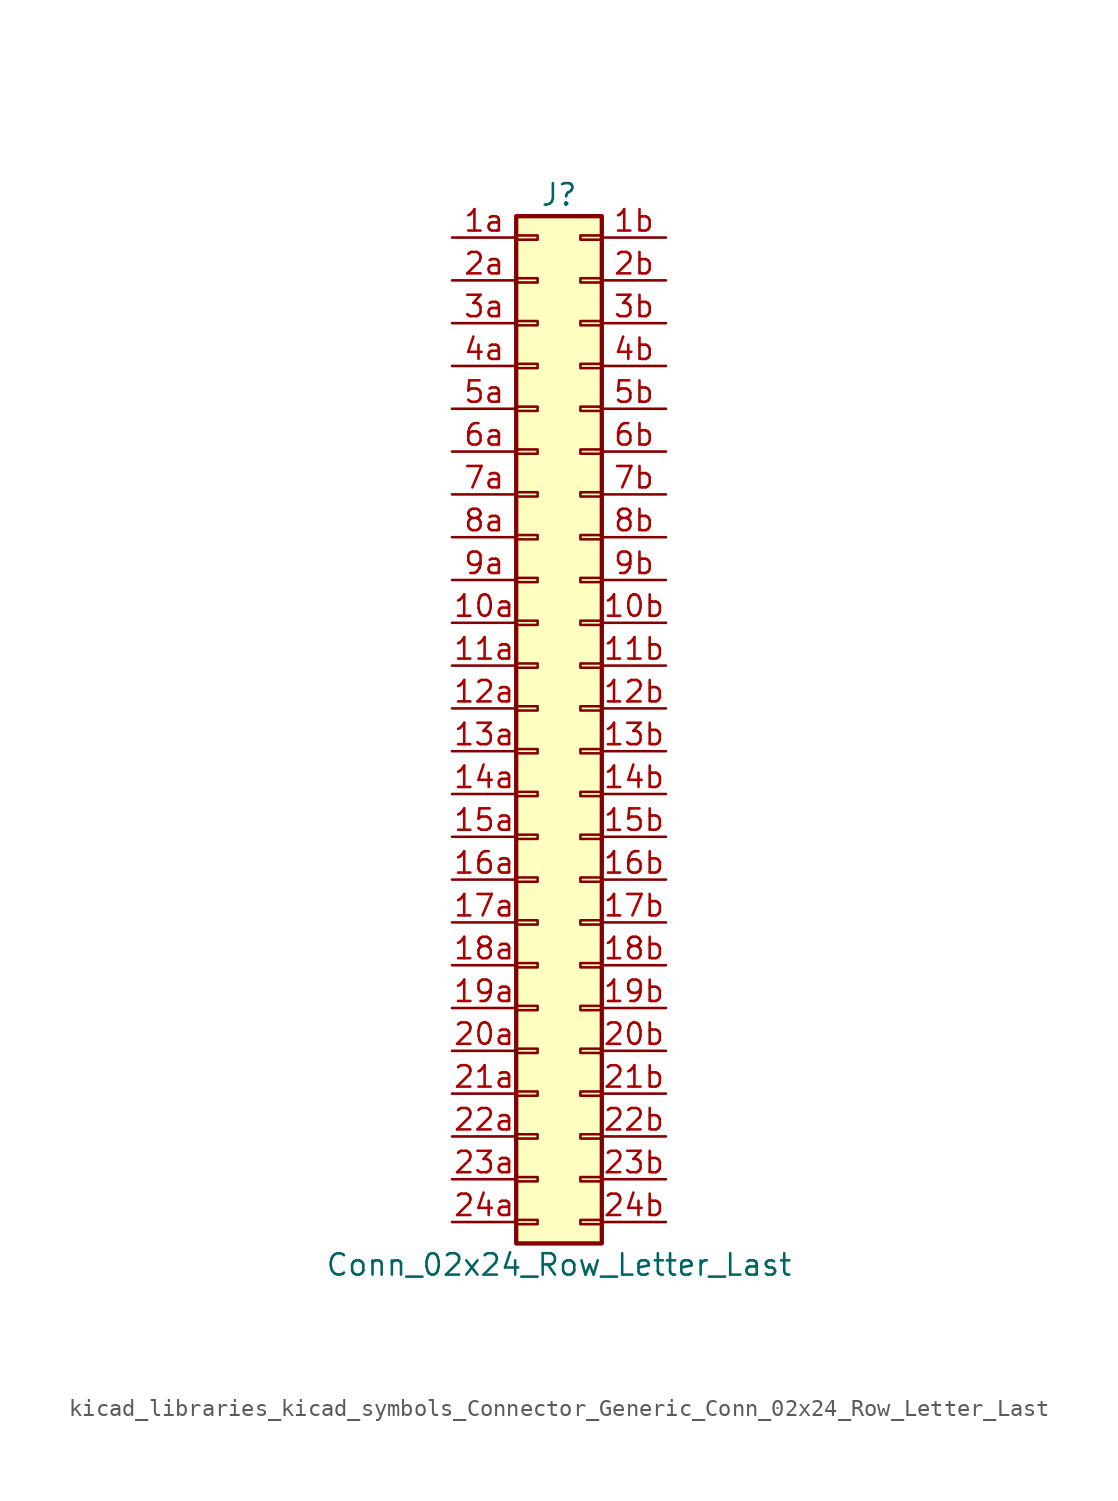
<source format=kicad_sym>
(kicad_symbol_lib
  (version 20220914)
  (generator kicad_symbol_editor)
  (symbol "kicad_libraries_kicad_symbols_Connector_Generic_Conn_02x24_Row_Letter_Last"
    (pin_names
      (offset 1.016) hide)
    (property "Reference" "J"
      (at 1.27 30.48 0)
      (effects (font (size 1.27 1.27))))
    (property "Value" "Conn_02x24_Row_Letter_Last"
      (at 1.27 -33.02 0)
      (effects (font (size 1.27 1.27))))
    (symbol "kicad_libraries_kicad_symbols_Connector_Generic_Conn_02x24_Row_Letter_Last_1_1"
      (rectangle (start -1.27 -30.353) (end 0 -30.607) (stroke (width 0.152) (type default)) (fill (type none)))
      (rectangle (start -1.27 -27.813) (end 0 -28.067) (stroke (width 0.152) (type default)) (fill (type none)))
      (rectangle (start -1.27 -25.273) (end 0 -25.527) (stroke (width 0.152) (type default)) (fill (type none)))
      (rectangle (start -1.27 -22.733) (end 0 -22.987) (stroke (width 0.152) (type default)) (fill (type none)))
      (rectangle (start -1.27 -20.193) (end 0 -20.447) (stroke (width 0.152) (type default)) (fill (type none)))
      (rectangle (start -1.27 -17.653) (end 0 -17.907) (stroke (width 0.152) (type default)) (fill (type none)))
      (rectangle (start -1.27 -15.113) (end 0 -15.367) (stroke (width 0.152) (type default)) (fill (type none)))
      (rectangle (start -1.27 -12.573) (end 0 -12.827) (stroke (width 0.152) (type default)) (fill (type none)))
      (rectangle (start -1.27 -10.033) (end 0 -10.287) (stroke (width 0.152) (type default)) (fill (type none)))
      (rectangle (start -1.27 -7.493) (end 0 -7.747) (stroke (width 0.152) (type default)) (fill (type none)))
      (rectangle (start -1.27 -4.953) (end 0 -5.207) (stroke (width 0.152) (type default)) (fill (type none)))
      (rectangle (start -1.27 -2.413) (end 0 -2.667) (stroke (width 0.152) (type default)) (fill (type none)))
      (rectangle (start -1.27 0.127) (end 0 -0.127) (stroke (width 0.152) (type default)) (fill (type none)))
      (rectangle (start -1.27 2.667) (end 0 2.413) (stroke (width 0.152) (type default)) (fill (type none)))
      (rectangle (start -1.27 5.207) (end 0 4.953) (stroke (width 0.152) (type default)) (fill (type none)))
      (rectangle (start -1.27 7.747) (end 0 7.493) (stroke (width 0.152) (type default)) (fill (type none)))
      (rectangle (start -1.27 10.287) (end 0 10.033) (stroke (width 0.152) (type default)) (fill (type none)))
      (rectangle (start -1.27 12.827) (end 0 12.573) (stroke (width 0.152) (type default)) (fill (type none)))
      (rectangle (start -1.27 15.367) (end 0 15.113) (stroke (width 0.152) (type default)) (fill (type none)))
      (rectangle (start -1.27 17.907) (end 0 17.653) (stroke (width 0.152) (type default)) (fill (type none)))
      (rectangle (start -1.27 20.447) (end 0 20.193) (stroke (width 0.152) (type default)) (fill (type none)))
      (rectangle (start -1.27 22.987) (end 0 22.733) (stroke (width 0.152) (type default)) (fill (type none)))
      (rectangle (start -1.27 25.527) (end 0 25.273) (stroke (width 0.152) (type default)) (fill (type none)))
      (rectangle (start -1.27 28.067) (end 0 27.813) (stroke (width 0.152) (type default)) (fill (type none)))
      (rectangle (start -1.27 29.21) (end 3.81 -31.75) (stroke (width 0.254) (type default)) (fill (type background)))
      (rectangle (start 3.81 -30.353) (end 2.54 -30.607) (stroke (width 0.152) (type default)) (fill (type none)))
      (rectangle (start 3.81 -27.813) (end 2.54 -28.067) (stroke (width 0.152) (type default)) (fill (type none)))
      (rectangle (start 3.81 -25.273) (end 2.54 -25.527) (stroke (width 0.152) (type default)) (fill (type none)))
      (rectangle (start 3.81 -22.733) (end 2.54 -22.987) (stroke (width 0.152) (type default)) (fill (type none)))
      (rectangle (start 3.81 -20.193) (end 2.54 -20.447) (stroke (width 0.152) (type default)) (fill (type none)))
      (rectangle (start 3.81 -17.653) (end 2.54 -17.907) (stroke (width 0.152) (type default)) (fill (type none)))
      (rectangle (start 3.81 -15.113) (end 2.54 -15.367) (stroke (width 0.152) (type default)) (fill (type none)))
      (rectangle (start 3.81 -12.573) (end 2.54 -12.827) (stroke (width 0.152) (type default)) (fill (type none)))
      (rectangle (start 3.81 -10.033) (end 2.54 -10.287) (stroke (width 0.152) (type default)) (fill (type none)))
      (rectangle (start 3.81 -7.493) (end 2.54 -7.747) (stroke (width 0.152) (type default)) (fill (type none)))
      (rectangle (start 3.81 -4.953) (end 2.54 -5.207) (stroke (width 0.152) (type default)) (fill (type none)))
      (rectangle (start 3.81 -2.413) (end 2.54 -2.667) (stroke (width 0.152) (type default)) (fill (type none)))
      (rectangle (start 3.81 0.127) (end 2.54 -0.127) (stroke (width 0.152) (type default)) (fill (type none)))
      (rectangle (start 3.81 2.667) (end 2.54 2.413) (stroke (width 0.152) (type default)) (fill (type none)))
      (rectangle (start 3.81 5.207) (end 2.54 4.953) (stroke (width 0.152) (type default)) (fill (type none)))
      (rectangle (start 3.81 7.747) (end 2.54 7.493) (stroke (width 0.152) (type default)) (fill (type none)))
      (rectangle (start 3.81 10.287) (end 2.54 10.033) (stroke (width 0.152) (type default)) (fill (type none)))
      (rectangle (start 3.81 12.827) (end 2.54 12.573) (stroke (width 0.152) (type default)) (fill (type none)))
      (rectangle (start 3.81 15.367) (end 2.54 15.113) (stroke (width 0.152) (type default)) (fill (type none)))
      (rectangle (start 3.81 17.907) (end 2.54 17.653) (stroke (width 0.152) (type default)) (fill (type none)))
      (rectangle (start 3.81 20.447) (end 2.54 20.193) (stroke (width 0.152) (type default)) (fill (type none)))
      (rectangle (start 3.81 22.987) (end 2.54 22.733) (stroke (width 0.152) (type default)) (fill (type none)))
      (rectangle (start 3.81 25.527) (end 2.54 25.273) (stroke (width 0.152) (type default)) (fill (type none)))
      (rectangle (start 3.81 28.067) (end 2.54 27.813) (stroke (width 0.152) (type default)) (fill (type none)))
      (pin passive line (at -5.08 5.08 0) (length 3.81) (name "Pin_10a" (effects (font (size 1.27 1.27)))) (number "10a" (effects (font (size 1.27 1.27)))))
      (pin passive line (at 7.62 5.08 180) (length 3.81) (name "Pin_10b" (effects (font (size 1.27 1.27)))) (number "10b" (effects (font (size 1.27 1.27)))))
      (pin passive line (at -5.08 2.54 0) (length 3.81) (name "Pin_11a" (effects (font (size 1.27 1.27)))) (number "11a" (effects (font (size 1.27 1.27)))))
      (pin passive line (at 7.62 2.54 180) (length 3.81) (name "Pin_11b" (effects (font (size 1.27 1.27)))) (number "11b" (effects (font (size 1.27 1.27)))))
      (pin passive line (at -5.08 0 0) (length 3.81) (name "Pin_12a" (effects (font (size 1.27 1.27)))) (number "12a" (effects (font (size 1.27 1.27)))))
      (pin passive line (at 7.62 0 180) (length 3.81) (name "Pin_12b" (effects (font (size 1.27 1.27)))) (number "12b" (effects (font (size 1.27 1.27)))))
      (pin passive line (at -5.08 -2.54 0) (length 3.81) (name "Pin_13a" (effects (font (size 1.27 1.27)))) (number "13a" (effects (font (size 1.27 1.27)))))
      (pin passive line (at 7.62 -2.54 180) (length 3.81) (name "Pin_13b" (effects (font (size 1.27 1.27)))) (number "13b" (effects (font (size 1.27 1.27)))))
      (pin passive line (at -5.08 -5.08 0) (length 3.81) (name "Pin_14a" (effects (font (size 1.27 1.27)))) (number "14a" (effects (font (size 1.27 1.27)))))
      (pin passive line (at 7.62 -5.08 180) (length 3.81) (name "Pin_14b" (effects (font (size 1.27 1.27)))) (number "14b" (effects (font (size 1.27 1.27)))))
      (pin passive line (at -5.08 -7.62 0) (length 3.81) (name "Pin_15a" (effects (font (size 1.27 1.27)))) (number "15a" (effects (font (size 1.27 1.27)))))
      (pin passive line (at 7.62 -7.62 180) (length 3.81) (name "Pin_15b" (effects (font (size 1.27 1.27)))) (number "15b" (effects (font (size 1.27 1.27)))))
      (pin passive line (at -5.08 -10.16 0) (length 3.81) (name "Pin_16a" (effects (font (size 1.27 1.27)))) (number "16a" (effects (font (size 1.27 1.27)))))
      (pin passive line (at 7.62 -10.16 180) (length 3.81) (name "Pin_16b" (effects (font (size 1.27 1.27)))) (number "16b" (effects (font (size 1.27 1.27)))))
      (pin passive line (at -5.08 -12.7 0) (length 3.81) (name "Pin_17a" (effects (font (size 1.27 1.27)))) (number "17a" (effects (font (size 1.27 1.27)))))
      (pin passive line (at 7.62 -12.7 180) (length 3.81) (name "Pin_17b" (effects (font (size 1.27 1.27)))) (number "17b" (effects (font (size 1.27 1.27)))))
      (pin passive line (at -5.08 -15.24 0) (length 3.81) (name "Pin_18a" (effects (font (size 1.27 1.27)))) (number "18a" (effects (font (size 1.27 1.27)))))
      (pin passive line (at 7.62 -15.24 180) (length 3.81) (name "Pin_18b" (effects (font (size 1.27 1.27)))) (number "18b" (effects (font (size 1.27 1.27)))))
      (pin passive line (at -5.08 -17.78 0) (length 3.81) (name "Pin_19a" (effects (font (size 1.27 1.27)))) (number "19a" (effects (font (size 1.27 1.27)))))
      (pin passive line (at 7.62 -17.78 180) (length 3.81) (name "Pin_19b" (effects (font (size 1.27 1.27)))) (number "19b" (effects (font (size 1.27 1.27)))))
      (pin passive line (at -5.08 27.94 0) (length 3.81) (name "Pin_1a" (effects (font (size 1.27 1.27)))) (number "1a" (effects (font (size 1.27 1.27)))))
      (pin passive line (at 7.62 27.94 180) (length 3.81) (name "Pin_1b" (effects (font (size 1.27 1.27)))) (number "1b" (effects (font (size 1.27 1.27)))))
      (pin passive line (at -5.08 -20.32 0) (length 3.81) (name "Pin_20a" (effects (font (size 1.27 1.27)))) (number "20a" (effects (font (size 1.27 1.27)))))
      (pin passive line (at 7.62 -20.32 180) (length 3.81) (name "Pin_20b" (effects (font (size 1.27 1.27)))) (number "20b" (effects (font (size 1.27 1.27)))))
      (pin passive line (at -5.08 -22.86 0) (length 3.81) (name "Pin_21a" (effects (font (size 1.27 1.27)))) (number "21a" (effects (font (size 1.27 1.27)))))
      (pin passive line (at 7.62 -22.86 180) (length 3.81) (name "Pin_21b" (effects (font (size 1.27 1.27)))) (number "21b" (effects (font (size 1.27 1.27)))))
      (pin passive line (at -5.08 -25.4 0) (length 3.81) (name "Pin_22a" (effects (font (size 1.27 1.27)))) (number "22a" (effects (font (size 1.27 1.27)))))
      (pin passive line (at 7.62 -25.4 180) (length 3.81) (name "Pin_22b" (effects (font (size 1.27 1.27)))) (number "22b" (effects (font (size 1.27 1.27)))))
      (pin passive line (at -5.08 -27.94 0) (length 3.81) (name "Pin_23a" (effects (font (size 1.27 1.27)))) (number "23a" (effects (font (size 1.27 1.27)))))
      (pin passive line (at 7.62 -27.94 180) (length 3.81) (name "Pin_23b" (effects (font (size 1.27 1.27)))) (number "23b" (effects (font (size 1.27 1.27)))))
      (pin passive line (at -5.08 -30.48 0) (length 3.81) (name "Pin_24a" (effects (font (size 1.27 1.27)))) (number "24a" (effects (font (size 1.27 1.27)))))
      (pin passive line (at 7.62 -30.48 180) (length 3.81) (name "Pin_24b" (effects (font (size 1.27 1.27)))) (number "24b" (effects (font (size 1.27 1.27)))))
      (pin passive line (at -5.08 25.4 0) (length 3.81) (name "Pin_2a" (effects (font (size 1.27 1.27)))) (number "2a" (effects (font (size 1.27 1.27)))))
      (pin passive line (at 7.62 25.4 180) (length 3.81) (name "Pin_2b" (effects (font (size 1.27 1.27)))) (number "2b" (effects (font (size 1.27 1.27)))))
      (pin passive line (at -5.08 22.86 0) (length 3.81) (name "Pin_3a" (effects (font (size 1.27 1.27)))) (number "3a" (effects (font (size 1.27 1.27)))))
      (pin passive line (at 7.62 22.86 180) (length 3.81) (name "Pin_3b" (effects (font (size 1.27 1.27)))) (number "3b" (effects (font (size 1.27 1.27)))))
      (pin passive line (at -5.08 20.32 0) (length 3.81) (name "Pin_4a" (effects (font (size 1.27 1.27)))) (number "4a" (effects (font (size 1.27 1.27)))))
      (pin passive line (at 7.62 20.32 180) (length 3.81) (name "Pin_4b" (effects (font (size 1.27 1.27)))) (number "4b" (effects (font (size 1.27 1.27)))))
      (pin passive line (at -5.08 17.78 0) (length 3.81) (name "Pin_5a" (effects (font (size 1.27 1.27)))) (number "5a" (effects (font (size 1.27 1.27)))))
      (pin passive line (at 7.62 17.78 180) (length 3.81) (name "Pin_5b" (effects (font (size 1.27 1.27)))) (number "5b" (effects (font (size 1.27 1.27)))))
      (pin passive line (at -5.08 15.24 0) (length 3.81) (name "Pin_6a" (effects (font (size 1.27 1.27)))) (number "6a" (effects (font (size 1.27 1.27)))))
      (pin passive line (at 7.62 15.24 180) (length 3.81) (name "Pin_6b" (effects (font (size 1.27 1.27)))) (number "6b" (effects (font (size 1.27 1.27)))))
      (pin passive line (at -5.08 12.7 0) (length 3.81) (name "Pin_7a" (effects (font (size 1.27 1.27)))) (number "7a" (effects (font (size 1.27 1.27)))))
      (pin passive line (at 7.62 12.7 180) (length 3.81) (name "Pin_7b" (effects (font (size 1.27 1.27)))) (number "7b" (effects (font (size 1.27 1.27)))))
      (pin passive line (at -5.08 10.16 0) (length 3.81) (name "Pin_8a" (effects (font (size 1.27 1.27)))) (number "8a" (effects (font (size 1.27 1.27)))))
      (pin passive line (at 7.62 10.16 180) (length 3.81) (name "Pin_8b" (effects (font (size 1.27 1.27)))) (number "8b" (effects (font (size 1.27 1.27)))))
      (pin passive line (at -5.08 7.62 0) (length 3.81) (name "Pin_9a" (effects (font (size 1.27 1.27)))) (number "9a" (effects (font (size 1.27 1.27)))))
      (pin passive line (at 7.62 7.62 180) (length 3.81) (name "Pin_9b" (effects (font (size 1.27 1.27)))) (number "9b" (effects (font (size 1.27 1.27))))))))
</source>
